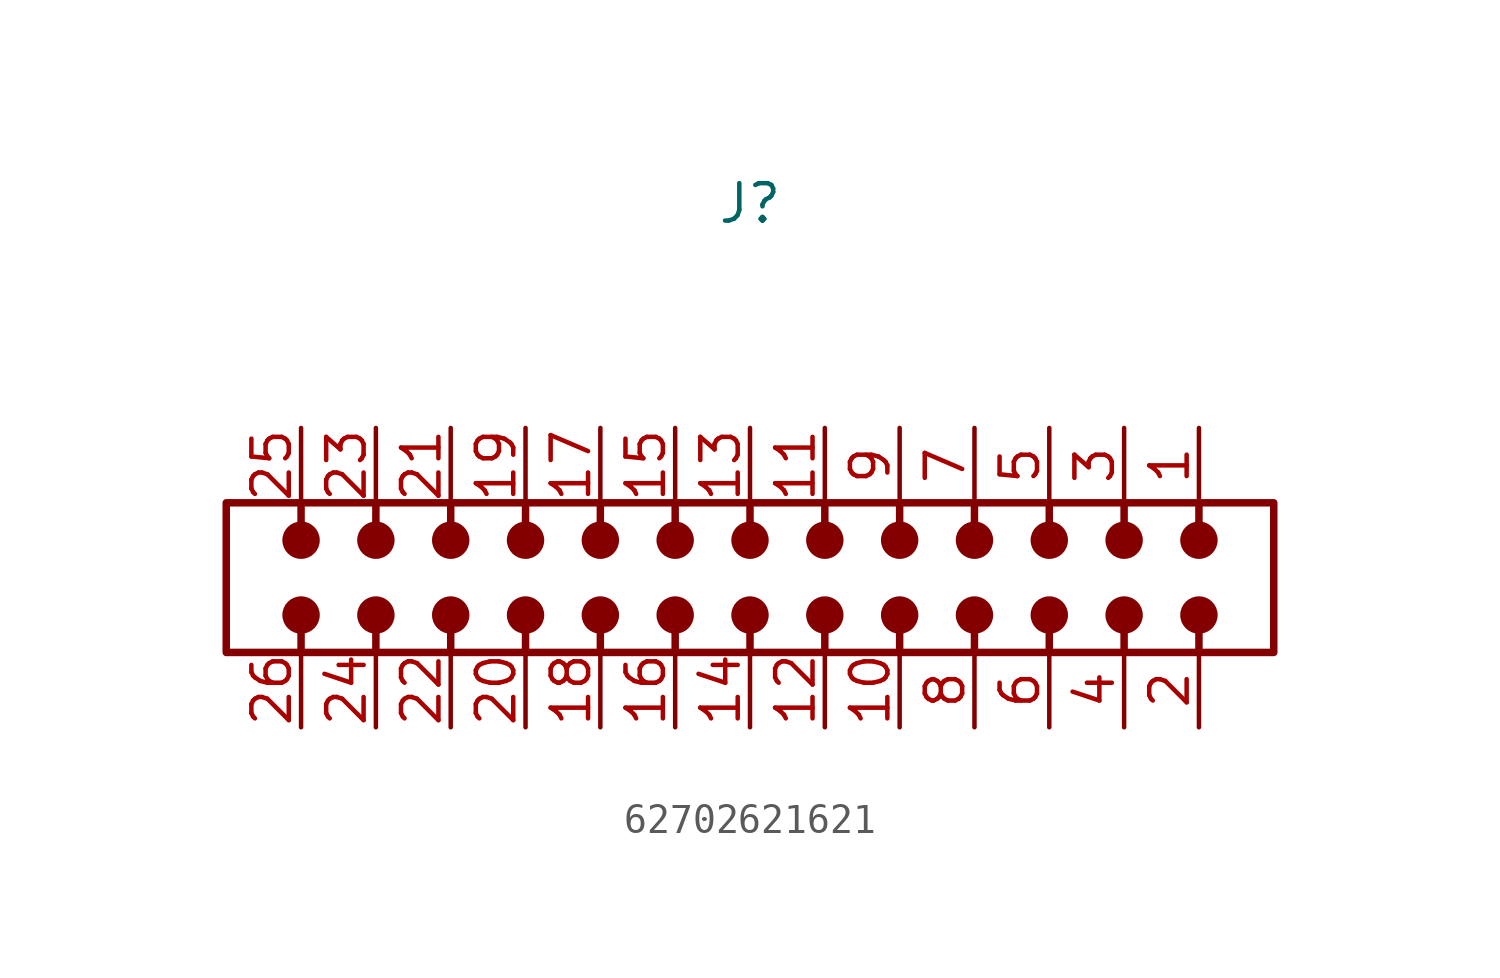
<source format=kicad_sym>
(kicad_symbol_lib
  (version 20241209)
  (generator "kicad_symbol_editor")
  (generator_version "9.0")
  (symbol "62702621621"
    (pin_names
      (hide yes))
    (property "Reference" "J"
      (at 0 12.7 0)
      (effects (font (size 1.27 1.27))))
    (symbol "62702621621_1_1"
      (rectangle (start -17.78 2.54) (end 17.78 -2.54) (stroke (width 0.254) (type solid)) (fill (type none)))
      (polyline (pts (xy -15.24 1.778) (xy -15.24 2.54)) (stroke (width 0.254) (type solid)) (fill (type none)))
      (circle (center -15.24 1.27) (radius 0.508) (stroke (width 0.254) (type solid)) (fill (type outline)))
      (circle (center -15.24 -1.27) (radius 0.508) (stroke (width 0.254) (type solid)) (fill (type outline)))
      (polyline (pts (xy -15.24 -1.778) (xy -15.24 -2.54)) (stroke (width 0.254) (type solid)) (fill (type none)))
      (polyline (pts (xy -12.7 1.778) (xy -12.7 2.54)) (stroke (width 0.254) (type solid)) (fill (type none)))
      (circle (center -12.7 1.27) (radius 0.508) (stroke (width 0.254) (type solid)) (fill (type outline)))
      (circle (center -12.7 -1.27) (radius 0.508) (stroke (width 0.254) (type solid)) (fill (type outline)))
      (polyline (pts (xy -12.7 -1.778) (xy -12.7 -2.54)) (stroke (width 0.254) (type solid)) (fill (type none)))
      (polyline (pts (xy -10.16 1.778) (xy -10.16 2.54)) (stroke (width 0.254) (type solid)) (fill (type none)))
      (circle (center -10.16 1.27) (radius 0.508) (stroke (width 0.254) (type solid)) (fill (type outline)))
      (circle (center -10.16 -1.27) (radius 0.508) (stroke (width 0.254) (type solid)) (fill (type outline)))
      (polyline (pts (xy -10.16 -1.778) (xy -10.16 -2.54)) (stroke (width 0.254) (type solid)) (fill (type none)))
      (polyline (pts (xy -7.62 1.778) (xy -7.62 2.54)) (stroke (width 0.254) (type solid)) (fill (type none)))
      (circle (center -7.62 1.27) (radius 0.508) (stroke (width 0.254) (type solid)) (fill (type outline)))
      (circle (center -7.62 -1.27) (radius 0.508) (stroke (width 0.254) (type solid)) (fill (type outline)))
      (polyline (pts (xy -7.62 -1.778) (xy -7.62 -2.54)) (stroke (width 0.254) (type solid)) (fill (type none)))
      (polyline (pts (xy -5.08 1.778) (xy -5.08 2.54)) (stroke (width 0.254) (type solid)) (fill (type none)))
      (circle (center -5.08 1.27) (radius 0.508) (stroke (width 0.254) (type solid)) (fill (type outline)))
      (circle (center -5.08 -1.27) (radius 0.508) (stroke (width 0.254) (type solid)) (fill (type outline)))
      (polyline (pts (xy -5.08 -1.778) (xy -5.08 -2.54)) (stroke (width 0.254) (type solid)) (fill (type none)))
      (polyline (pts (xy -2.54 1.778) (xy -2.54 2.54)) (stroke (width 0.254) (type solid)) (fill (type none)))
      (circle (center -2.54 1.27) (radius 0.508) (stroke (width 0.254) (type solid)) (fill (type outline)))
      (circle (center -2.54 -1.27) (radius 0.508) (stroke (width 0.254) (type solid)) (fill (type outline)))
      (polyline (pts (xy -2.54 -1.778) (xy -2.54 -2.54)) (stroke (width 0.254) (type solid)) (fill (type none)))
      (polyline (pts (xy 0 1.778) (xy 0 2.54)) (stroke (width 0.254) (type solid)) (fill (type none)))
      (circle (center 0 1.27) (radius 0.508) (stroke (width 0.254) (type solid)) (fill (type outline)))
      (circle (center 0 -1.27) (radius 0.508) (stroke (width 0.254) (type solid)) (fill (type outline)))
      (polyline (pts (xy 0 -1.778) (xy 0 -2.54)) (stroke (width 0.254) (type solid)) (fill (type none)))
      (polyline (pts (xy 2.54 1.778) (xy 2.54 2.54)) (stroke (width 0.254) (type solid)) (fill (type none)))
      (circle (center 2.54 1.27) (radius 0.508) (stroke (width 0.254) (type solid)) (fill (type outline)))
      (circle (center 2.54 -1.27) (radius 0.508) (stroke (width 0.254) (type solid)) (fill (type outline)))
      (polyline (pts (xy 2.54 -1.778) (xy 2.54 -2.54)) (stroke (width 0.254) (type solid)) (fill (type none)))
      (polyline (pts (xy 5.08 1.778) (xy 5.08 2.54)) (stroke (width 0.254) (type solid)) (fill (type none)))
      (circle (center 5.08 1.27) (radius 0.508) (stroke (width 0.254) (type solid)) (fill (type outline)))
      (circle (center 5.08 -1.27) (radius 0.508) (stroke (width 0.254) (type solid)) (fill (type outline)))
      (polyline (pts (xy 5.08 -1.778) (xy 5.08 -2.54)) (stroke (width 0.254) (type solid)) (fill (type none)))
      (polyline (pts (xy 7.62 1.778) (xy 7.62 2.54)) (stroke (width 0.254) (type solid)) (fill (type none)))
      (circle (center 7.62 1.27) (radius 0.508) (stroke (width 0.254) (type solid)) (fill (type outline)))
      (circle (center 7.62 -1.27) (radius 0.508) (stroke (width 0.254) (type solid)) (fill (type outline)))
      (polyline (pts (xy 7.62 -1.778) (xy 7.62 -2.54)) (stroke (width 0.254) (type solid)) (fill (type none)))
      (polyline (pts (xy 10.16 1.778) (xy 10.16 2.54)) (stroke (width 0.254) (type solid)) (fill (type none)))
      (circle (center 10.16 1.27) (radius 0.508) (stroke (width 0.254) (type solid)) (fill (type outline)))
      (circle (center 10.16 -1.27) (radius 0.508) (stroke (width 0.254) (type solid)) (fill (type outline)))
      (polyline (pts (xy 10.16 -1.778) (xy 10.16 -2.54)) (stroke (width 0.254) (type solid)) (fill (type none)))
      (polyline (pts (xy 12.7 1.778) (xy 12.7 2.54)) (stroke (width 0.254) (type solid)) (fill (type none)))
      (circle (center 12.7 1.27) (radius 0.508) (stroke (width 0.254) (type solid)) (fill (type outline)))
      (circle (center 12.7 -1.27) (radius 0.508) (stroke (width 0.254) (type solid)) (fill (type outline)))
      (polyline (pts (xy 12.7 -1.778) (xy 12.7 -2.54)) (stroke (width 0.254) (type solid)) (fill (type none)))
      (polyline (pts (xy 15.24 1.778) (xy 15.24 2.54)) (stroke (width 0.254) (type solid)) (fill (type none)))
      (circle (center 15.24 1.27) (radius 0.508) (stroke (width 0.254) (type solid)) (fill (type outline)))
      (circle (center 15.24 -1.27) (radius 0.508) (stroke (width 0.254) (type solid)) (fill (type outline)))
      (polyline (pts (xy 15.24 -1.778) (xy 15.24 -2.54)) (stroke (width 0.254) (type solid)) (fill (type none)))
      (pin passive line (at -15.24 5.08 270) (length 2.54) (name "25" (effects (font (size 1.27 1.27)))) (number "25" (effects (font (size 1.27 1.27)))))
      (pin passive line (at -15.24 -5.08 90) (length 2.54) (name "26" (effects (font (size 1.27 1.27)))) (number "26" (effects (font (size 1.27 1.27)))))
      (pin passive line (at -12.7 5.08 270) (length 2.54) (name "23" (effects (font (size 1.27 1.27)))) (number "23" (effects (font (size 1.27 1.27)))))
      (pin passive line (at -12.7 -5.08 90) (length 2.54) (name "24" (effects (font (size 1.27 1.27)))) (number "24" (effects (font (size 1.27 1.27)))))
      (pin passive line (at -10.16 5.08 270) (length 2.54) (name "21" (effects (font (size 1.27 1.27)))) (number "21" (effects (font (size 1.27 1.27)))))
      (pin passive line (at -10.16 -5.08 90) (length 2.54) (name "22" (effects (font (size 1.27 1.27)))) (number "22" (effects (font (size 1.27 1.27)))))
      (pin passive line (at -7.62 5.08 270) (length 2.54) (name "19" (effects (font (size 1.27 1.27)))) (number "19" (effects (font (size 1.27 1.27)))))
      (pin passive line (at -7.62 -5.08 90) (length 2.54) (name "20" (effects (font (size 1.27 1.27)))) (number "20" (effects (font (size 1.27 1.27)))))
      (pin passive line (at -5.08 5.08 270) (length 2.54) (name "17" (effects (font (size 1.27 1.27)))) (number "17" (effects (font (size 1.27 1.27)))))
      (pin passive line (at -5.08 -5.08 90) (length 2.54) (name "18" (effects (font (size 1.27 1.27)))) (number "18" (effects (font (size 1.27 1.27)))))
      (pin passive line (at -2.54 5.08 270) (length 2.54) (name "15" (effects (font (size 1.27 1.27)))) (number "15" (effects (font (size 1.27 1.27)))))
      (pin passive line (at -2.54 -5.08 90) (length 2.54) (name "16" (effects (font (size 1.27 1.27)))) (number "16" (effects (font (size 1.27 1.27)))))
      (pin passive line (at 0 5.08 270) (length 2.54) (name "13" (effects (font (size 1.27 1.27)))) (number "13" (effects (font (size 1.27 1.27)))))
      (pin passive line (at 0 -5.08 90) (length 2.54) (name "14" (effects (font (size 1.27 1.27)))) (number "14" (effects (font (size 1.27 1.27)))))
      (pin passive line (at 2.54 5.08 270) (length 2.54) (name "11" (effects (font (size 1.27 1.27)))) (number "11" (effects (font (size 1.27 1.27)))))
      (pin passive line (at 2.54 -5.08 90) (length 2.54) (name "12" (effects (font (size 1.27 1.27)))) (number "12" (effects (font (size 1.27 1.27)))))
      (pin passive line (at 5.08 5.08 270) (length 2.54) (name "9" (effects (font (size 1.27 1.27)))) (number "9" (effects (font (size 1.27 1.27)))))
      (pin passive line (at 5.08 -5.08 90) (length 2.54) (name "10" (effects (font (size 1.27 1.27)))) (number "10" (effects (font (size 1.27 1.27)))))
      (pin passive line (at 7.62 5.08 270) (length 2.54) (name "7" (effects (font (size 1.27 1.27)))) (number "7" (effects (font (size 1.27 1.27)))))
      (pin passive line (at 7.62 -5.08 90) (length 2.54) (name "8" (effects (font (size 1.27 1.27)))) (number "8" (effects (font (size 1.27 1.27)))))
      (pin passive line (at 10.16 5.08 270) (length 2.54) (name "5" (effects (font (size 1.27 1.27)))) (number "5" (effects (font (size 1.27 1.27)))))
      (pin passive line (at 10.16 -5.08 90) (length 2.54) (name "6" (effects (font (size 1.27 1.27)))) (number "6" (effects (font (size 1.27 1.27)))))
      (pin passive line (at 12.7 5.08 270) (length 2.54) (name "3" (effects (font (size 1.27 1.27)))) (number "3" (effects (font (size 1.27 1.27)))))
      (pin passive line (at 12.7 -5.08 90) (length 2.54) (name "4" (effects (font (size 1.27 1.27)))) (number "4" (effects (font (size 1.27 1.27)))))
      (pin passive line (at 15.24 5.08 270) (length 2.54) (name "1" (effects (font (size 1.27 1.27)))) (number "1" (effects (font (size 1.27 1.27)))))
      (pin passive line (at 15.24 -5.08 90) (length 2.54) (name "2" (effects (font (size 1.27 1.27)))) (number "2" (effects (font (size 1.27 1.27))))))))
</source>
